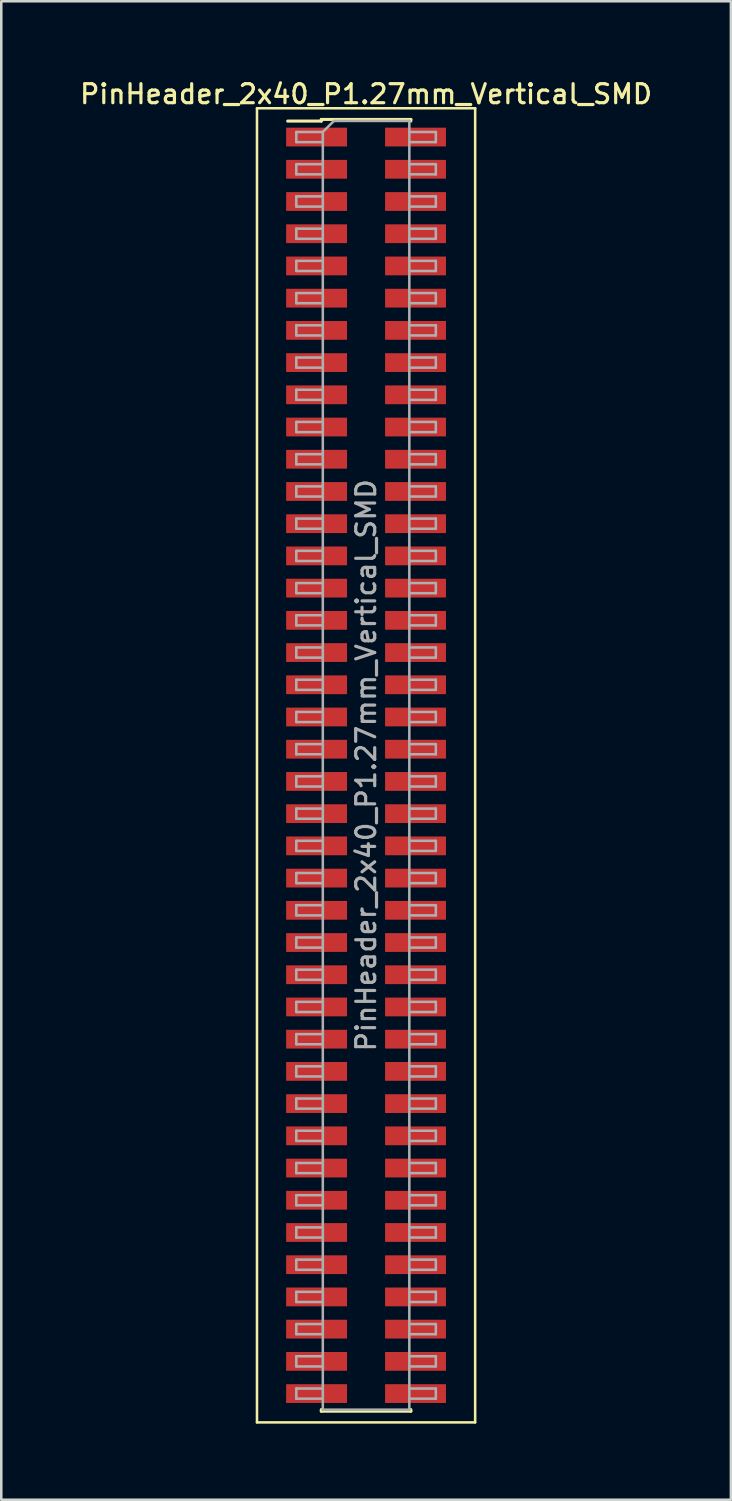
<source format=kicad_pcb>
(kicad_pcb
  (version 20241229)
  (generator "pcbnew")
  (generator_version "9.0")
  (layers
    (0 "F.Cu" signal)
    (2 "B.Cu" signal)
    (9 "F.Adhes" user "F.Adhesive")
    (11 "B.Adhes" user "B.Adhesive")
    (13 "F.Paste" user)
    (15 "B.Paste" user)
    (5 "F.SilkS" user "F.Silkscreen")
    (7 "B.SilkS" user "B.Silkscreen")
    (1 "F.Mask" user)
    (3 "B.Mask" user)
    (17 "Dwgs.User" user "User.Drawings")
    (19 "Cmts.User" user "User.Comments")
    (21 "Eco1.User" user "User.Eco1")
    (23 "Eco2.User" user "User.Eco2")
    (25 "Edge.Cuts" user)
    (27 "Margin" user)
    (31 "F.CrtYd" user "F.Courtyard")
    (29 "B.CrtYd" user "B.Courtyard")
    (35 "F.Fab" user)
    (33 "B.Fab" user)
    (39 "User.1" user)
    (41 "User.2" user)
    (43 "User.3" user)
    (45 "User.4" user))
  (footprint "PinHeader_2x40_P1.27mm_Vertical_SMD"
    (layer "F.Cu")
    (at 11.38 27.118)
    (property "Reference" "PinHeader_2x40_P1.27mm_Vertical_SMD" (at 0 -26.46 0) (layer "F.SilkS") (effects (font (size 0.75 0.75) (thickness 0.125))))
    (attr smd)
    (fp_line (start -4.3 -25.9) (end -4.3 25.9) (stroke (width 0.1) (type solid)) (layer "F.SilkS"))
    (fp_line (start -4.3 25.9) (end 4.3 25.9) (stroke (width 0.1) (type solid)) (layer "F.SilkS"))
    (fp_line (start -3.09 -25.395) (end -1.765 -25.395) (stroke (width 0.12) (type solid)) (layer "F.SilkS"))
    (fp_line (start -1.765 -25.46) (end -1.765 -25.395) (stroke (width 0.12) (type solid)) (layer "F.SilkS"))
    (fp_line (start -1.765 -25.46) (end 1.765 -25.46) (stroke (width 0.12) (type solid)) (layer "F.SilkS"))
    (fp_line (start -1.765 25.395) (end -1.765 25.46) (stroke (width 0.12) (type solid)) (layer "F.SilkS"))
    (fp_line (start -1.765 25.46) (end 1.765 25.46) (stroke (width 0.12) (type solid)) (layer "F.SilkS"))
    (fp_line (start 1.765 -25.46) (end 1.765 -25.395) (stroke (width 0.12) (type solid)) (layer "F.SilkS"))
    (fp_line (start 1.765 25.395) (end 1.765 25.46) (stroke (width 0.12) (type solid)) (layer "F.SilkS"))
    (fp_line (start 4.3 -25.9) (end -4.3 -25.9) (stroke (width 0.1) (type solid)) (layer "F.SilkS"))
    (fp_line (start 4.3 25.9) (end 4.3 -25.9) (stroke (width 0.1) (type solid)) (layer "F.SilkS"))
    (fp_line (start -2.75 -24.965) (end -2.75 -24.565) (stroke (width 0.1) (type solid)) (layer "F.Fab"))
    (fp_line (start -2.75 -24.565) (end -1.705 -24.565) (stroke (width 0.1) (type solid)) (layer "F.Fab"))
    (fp_line (start -2.75 -23.695) (end -2.75 -23.295) (stroke (width 0.1) (type solid)) (layer "F.Fab"))
    (fp_line (start -2.75 -23.295) (end -1.705 -23.295) (stroke (width 0.1) (type solid)) (layer "F.Fab"))
    (fp_line (start -2.75 -22.425) (end -2.75 -22.025) (stroke (width 0.1) (type solid)) (layer "F.Fab"))
    (fp_line (start -2.75 -22.025) (end -1.705 -22.025) (stroke (width 0.1) (type solid)) (layer "F.Fab"))
    (fp_line (start -2.75 -21.155) (end -2.75 -20.755) (stroke (width 0.1) (type solid)) (layer "F.Fab"))
    (fp_line (start -2.75 -20.755) (end -1.705 -20.755) (stroke (width 0.1) (type solid)) (layer "F.Fab"))
    (fp_line (start -2.75 -19.885) (end -2.75 -19.485) (stroke (width 0.1) (type solid)) (layer "F.Fab"))
    (fp_line (start -2.75 -19.485) (end -1.705 -19.485) (stroke (width 0.1) (type solid)) (layer "F.Fab"))
    (fp_line (start -2.75 -18.615) (end -2.75 -18.215) (stroke (width 0.1) (type solid)) (layer "F.Fab"))
    (fp_line (start -2.75 -18.215) (end -1.705 -18.215) (stroke (width 0.1) (type solid)) (layer "F.Fab"))
    (fp_line (start -2.75 -17.345) (end -2.75 -16.945) (stroke (width 0.1) (type solid)) (layer "F.Fab"))
    (fp_line (start -2.75 -16.945) (end -1.705 -16.945) (stroke (width 0.1) (type solid)) (layer "F.Fab"))
    (fp_line (start -2.75 -16.075) (end -2.75 -15.675) (stroke (width 0.1) (type solid)) (layer "F.Fab"))
    (fp_line (start -2.75 -15.675) (end -1.705 -15.675) (stroke (width 0.1) (type solid)) (layer "F.Fab"))
    (fp_line (start -2.75 -14.805) (end -2.75 -14.405) (stroke (width 0.1) (type solid)) (layer "F.Fab"))
    (fp_line (start -2.75 -14.405) (end -1.705 -14.405) (stroke (width 0.1) (type solid)) (layer "F.Fab"))
    (fp_line (start -2.75 -13.535) (end -2.75 -13.135) (stroke (width 0.1) (type solid)) (layer "F.Fab"))
    (fp_line (start -2.75 -13.135) (end -1.705 -13.135) (stroke (width 0.1) (type solid)) (layer "F.Fab"))
    (fp_line (start -2.75 -12.265) (end -2.75 -11.865) (stroke (width 0.1) (type solid)) (layer "F.Fab"))
    (fp_line (start -2.75 -11.865) (end -1.705 -11.865) (stroke (width 0.1) (type solid)) (layer "F.Fab"))
    (fp_line (start -2.75 -10.995) (end -2.75 -10.595) (stroke (width 0.1) (type solid)) (layer "F.Fab"))
    (fp_line (start -2.75 -10.595) (end -1.705 -10.595) (stroke (width 0.1) (type solid)) (layer "F.Fab"))
    (fp_line (start -2.75 -9.725) (end -2.75 -9.325) (stroke (width 0.1) (type solid)) (layer "F.Fab"))
    (fp_line (start -2.75 -9.325) (end -1.705 -9.325) (stroke (width 0.1) (type solid)) (layer "F.Fab"))
    (fp_line (start -2.75 -8.455) (end -2.75 -8.055) (stroke (width 0.1) (type solid)) (layer "F.Fab"))
    (fp_line (start -2.75 -8.055) (end -1.705 -8.055) (stroke (width 0.1) (type solid)) (layer "F.Fab"))
    (fp_line (start -2.75 -7.185) (end -2.75 -6.785) (stroke (width 0.1) (type solid)) (layer "F.Fab"))
    (fp_line (start -2.75 -6.785) (end -1.705 -6.785) (stroke (width 0.1) (type solid)) (layer "F.Fab"))
    (fp_line (start -2.75 -5.915) (end -2.75 -5.515) (stroke (width 0.1) (type solid)) (layer "F.Fab"))
    (fp_line (start -2.75 -5.515) (end -1.705 -5.515) (stroke (width 0.1) (type solid)) (layer "F.Fab"))
    (fp_line (start -2.75 -4.645) (end -2.75 -4.245) (stroke (width 0.1) (type solid)) (layer "F.Fab"))
    (fp_line (start -2.75 -4.245) (end -1.705 -4.245) (stroke (width 0.1) (type solid)) (layer "F.Fab"))
    (fp_line (start -2.75 -3.375) (end -2.75 -2.975) (stroke (width 0.1) (type solid)) (layer "F.Fab"))
    (fp_line (start -2.75 -2.975) (end -1.705 -2.975) (stroke (width 0.1) (type solid)) (layer "F.Fab"))
    (fp_line (start -2.75 -2.105) (end -2.75 -1.705) (stroke (width 0.1) (type solid)) (layer "F.Fab"))
    (fp_line (start -2.75 -1.705) (end -1.705 -1.705) (stroke (width 0.1) (type solid)) (layer "F.Fab"))
    (fp_line (start -2.75 -0.835) (end -2.75 -0.435) (stroke (width 0.1) (type solid)) (layer "F.Fab"))
    (fp_line (start -2.75 -0.435) (end -1.705 -0.435) (stroke (width 0.1) (type solid)) (layer "F.Fab"))
    (fp_line (start -2.75 0.435) (end -2.75 0.835) (stroke (width 0.1) (type solid)) (layer "F.Fab"))
    (fp_line (start -2.75 0.835) (end -1.705 0.835) (stroke (width 0.1) (type solid)) (layer "F.Fab"))
    (fp_line (start -2.75 1.705) (end -2.75 2.105) (stroke (width 0.1) (type solid)) (layer "F.Fab"))
    (fp_line (start -2.75 2.105) (end -1.705 2.105) (stroke (width 0.1) (type solid)) (layer "F.Fab"))
    (fp_line (start -2.75 2.975) (end -2.75 3.375) (stroke (width 0.1) (type solid)) (layer "F.Fab"))
    (fp_line (start -2.75 3.375) (end -1.705 3.375) (stroke (width 0.1) (type solid)) (layer "F.Fab"))
    (fp_line (start -2.75 4.245) (end -2.75 4.645) (stroke (width 0.1) (type solid)) (layer "F.Fab"))
    (fp_line (start -2.75 4.645) (end -1.705 4.645) (stroke (width 0.1) (type solid)) (layer "F.Fab"))
    (fp_line (start -2.75 5.515) (end -2.75 5.915) (stroke (width 0.1) (type solid)) (layer "F.Fab"))
    (fp_line (start -2.75 5.915) (end -1.705 5.915) (stroke (width 0.1) (type solid)) (layer "F.Fab"))
    (fp_line (start -2.75 6.785) (end -2.75 7.185) (stroke (width 0.1) (type solid)) (layer "F.Fab"))
    (fp_line (start -2.75 7.185) (end -1.705 7.185) (stroke (width 0.1) (type solid)) (layer "F.Fab"))
    (fp_line (start -2.75 8.055) (end -2.75 8.455) (stroke (width 0.1) (type solid)) (layer "F.Fab"))
    (fp_line (start -2.75 8.455) (end -1.705 8.455) (stroke (width 0.1) (type solid)) (layer "F.Fab"))
    (fp_line (start -2.75 9.325) (end -2.75 9.725) (stroke (width 0.1) (type solid)) (layer "F.Fab"))
    (fp_line (start -2.75 9.725) (end -1.705 9.725) (stroke (width 0.1) (type solid)) (layer "F.Fab"))
    (fp_line (start -2.75 10.595) (end -2.75 10.995) (stroke (width 0.1) (type solid)) (layer "F.Fab"))
    (fp_line (start -2.75 10.995) (end -1.705 10.995) (stroke (width 0.1) (type solid)) (layer "F.Fab"))
    (fp_line (start -2.75 11.865) (end -2.75 12.265) (stroke (width 0.1) (type solid)) (layer "F.Fab"))
    (fp_line (start -2.75 12.265) (end -1.705 12.265) (stroke (width 0.1) (type solid)) (layer "F.Fab"))
    (fp_line (start -2.75 13.135) (end -2.75 13.535) (stroke (width 0.1) (type solid)) (layer "F.Fab"))
    (fp_line (start -2.75 13.535) (end -1.705 13.535) (stroke (width 0.1) (type solid)) (layer "F.Fab"))
    (fp_line (start -2.75 14.405) (end -2.75 14.805) (stroke (width 0.1) (type solid)) (layer "F.Fab"))
    (fp_line (start -2.75 14.805) (end -1.705 14.805) (stroke (width 0.1) (type solid)) (layer "F.Fab"))
    (fp_line (start -2.75 15.675) (end -2.75 16.075) (stroke (width 0.1) (type solid)) (layer "F.Fab"))
    (fp_line (start -2.75 16.075) (end -1.705 16.075) (stroke (width 0.1) (type solid)) (layer "F.Fab"))
    (fp_line (start -2.75 16.945) (end -2.75 17.345) (stroke (width 0.1) (type solid)) (layer "F.Fab"))
    (fp_line (start -2.75 17.345) (end -1.705 17.345) (stroke (width 0.1) (type solid)) (layer "F.Fab"))
    (fp_line (start -2.75 18.215) (end -2.75 18.615) (stroke (width 0.1) (type solid)) (layer "F.Fab"))
    (fp_line (start -2.75 18.615) (end -1.705 18.615) (stroke (width 0.1) (type solid)) (layer "F.Fab"))
    (fp_line (start -2.75 19.485) (end -2.75 19.885) (stroke (width 0.1) (type solid)) (layer "F.Fab"))
    (fp_line (start -2.75 19.885) (end -1.705 19.885) (stroke (width 0.1) (type solid)) (layer "F.Fab"))
    (fp_line (start -2.75 20.755) (end -2.75 21.155) (stroke (width 0.1) (type solid)) (layer "F.Fab"))
    (fp_line (start -2.75 21.155) (end -1.705 21.155) (stroke (width 0.1) (type solid)) (layer "F.Fab"))
    (fp_line (start -2.75 22.025) (end -2.75 22.425) (stroke (width 0.1) (type solid)) (layer "F.Fab"))
    (fp_line (start -2.75 22.425) (end -1.705 22.425) (stroke (width 0.1) (type solid)) (layer "F.Fab"))
    (fp_line (start -2.75 23.295) (end -2.75 23.695) (stroke (width 0.1) (type solid)) (layer "F.Fab"))
    (fp_line (start -2.75 23.695) (end -1.705 23.695) (stroke (width 0.1) (type solid)) (layer "F.Fab"))
    (fp_line (start -2.75 24.565) (end -2.75 24.965) (stroke (width 0.1) (type solid)) (layer "F.Fab"))
    (fp_line (start -2.75 24.965) (end -1.705 24.965) (stroke (width 0.1) (type solid)) (layer "F.Fab"))
    (fp_line (start -1.705 -24.965) (end -2.75 -24.965) (stroke (width 0.1) (type solid)) (layer "F.Fab"))
    (fp_line (start -1.705 -24.965) (end -1.27 -25.4) (stroke (width 0.1) (type solid)) (layer "F.Fab"))
    (fp_line (start -1.705 -23.695) (end -2.75 -23.695) (stroke (width 0.1) (type solid)) (layer "F.Fab"))
    (fp_line (start -1.705 -22.425) (end -2.75 -22.425) (stroke (width 0.1) (type solid)) (layer "F.Fab"))
    (fp_line (start -1.705 -21.155) (end -2.75 -21.155) (stroke (width 0.1) (type solid)) (layer "F.Fab"))
    (fp_line (start -1.705 -19.885) (end -2.75 -19.885) (stroke (width 0.1) (type solid)) (layer "F.Fab"))
    (fp_line (start -1.705 -18.615) (end -2.75 -18.615) (stroke (width 0.1) (type solid)) (layer "F.Fab"))
    (fp_line (start -1.705 -17.345) (end -2.75 -17.345) (stroke (width 0.1) (type solid)) (layer "F.Fab"))
    (fp_line (start -1.705 -16.075) (end -2.75 -16.075) (stroke (width 0.1) (type solid)) (layer "F.Fab"))
    (fp_line (start -1.705 -14.805) (end -2.75 -14.805) (stroke (width 0.1) (type solid)) (layer "F.Fab"))
    (fp_line (start -1.705 -13.535) (end -2.75 -13.535) (stroke (width 0.1) (type solid)) (layer "F.Fab"))
    (fp_line (start -1.705 -12.265) (end -2.75 -12.265) (stroke (width 0.1) (type solid)) (layer "F.Fab"))
    (fp_line (start -1.705 -10.995) (end -2.75 -10.995) (stroke (width 0.1) (type solid)) (layer "F.Fab"))
    (fp_line (start -1.705 -9.725) (end -2.75 -9.725) (stroke (width 0.1) (type solid)) (layer "F.Fab"))
    (fp_line (start -1.705 -8.455) (end -2.75 -8.455) (stroke (width 0.1) (type solid)) (layer "F.Fab"))
    (fp_line (start -1.705 -7.185) (end -2.75 -7.185) (stroke (width 0.1) (type solid)) (layer "F.Fab"))
    (fp_line (start -1.705 -5.915) (end -2.75 -5.915) (stroke (width 0.1) (type solid)) (layer "F.Fab"))
    (fp_line (start -1.705 -4.645) (end -2.75 -4.645) (stroke (width 0.1) (type solid)) (layer "F.Fab"))
    (fp_line (start -1.705 -3.375) (end -2.75 -3.375) (stroke (width 0.1) (type solid)) (layer "F.Fab"))
    (fp_line (start -1.705 -2.105) (end -2.75 -2.105) (stroke (width 0.1) (type solid)) (layer "F.Fab"))
    (fp_line (start -1.705 -0.835) (end -2.75 -0.835) (stroke (width 0.1) (type solid)) (layer "F.Fab"))
    (fp_line (start -1.705 0.435) (end -2.75 0.435) (stroke (width 0.1) (type solid)) (layer "F.Fab"))
    (fp_line (start -1.705 1.705) (end -2.75 1.705) (stroke (width 0.1) (type solid)) (layer "F.Fab"))
    (fp_line (start -1.705 2.975) (end -2.75 2.975) (stroke (width 0.1) (type solid)) (layer "F.Fab"))
    (fp_line (start -1.705 4.245) (end -2.75 4.245) (stroke (width 0.1) (type solid)) (layer "F.Fab"))
    (fp_line (start -1.705 5.515) (end -2.75 5.515) (stroke (width 0.1) (type solid)) (layer "F.Fab"))
    (fp_line (start -1.705 6.785) (end -2.75 6.785) (stroke (width 0.1) (type solid)) (layer "F.Fab"))
    (fp_line (start -1.705 8.055) (end -2.75 8.055) (stroke (width 0.1) (type solid)) (layer "F.Fab"))
    (fp_line (start -1.705 9.325) (end -2.75 9.325) (stroke (width 0.1) (type solid)) (layer "F.Fab"))
    (fp_line (start -1.705 10.595) (end -2.75 10.595) (stroke (width 0.1) (type solid)) (layer "F.Fab"))
    (fp_line (start -1.705 11.865) (end -2.75 11.865) (stroke (width 0.1) (type solid)) (layer "F.Fab"))
    (fp_line (start -1.705 13.135) (end -2.75 13.135) (stroke (width 0.1) (type solid)) (layer "F.Fab"))
    (fp_line (start -1.705 14.405) (end -2.75 14.405) (stroke (width 0.1) (type solid)) (layer "F.Fab"))
    (fp_line (start -1.705 15.675) (end -2.75 15.675) (stroke (width 0.1) (type solid)) (layer "F.Fab"))
    (fp_line (start -1.705 16.945) (end -2.75 16.945) (stroke (width 0.1) (type solid)) (layer "F.Fab"))
    (fp_line (start -1.705 18.215) (end -2.75 18.215) (stroke (width 0.1) (type solid)) (layer "F.Fab"))
    (fp_line (start -1.705 19.485) (end -2.75 19.485) (stroke (width 0.1) (type solid)) (layer "F.Fab"))
    (fp_line (start -1.705 20.755) (end -2.75 20.755) (stroke (width 0.1) (type solid)) (layer "F.Fab"))
    (fp_line (start -1.705 22.025) (end -2.75 22.025) (stroke (width 0.1) (type solid)) (layer "F.Fab"))
    (fp_line (start -1.705 23.295) (end -2.75 23.295) (stroke (width 0.1) (type solid)) (layer "F.Fab"))
    (fp_line (start -1.705 24.565) (end -2.75 24.565) (stroke (width 0.1) (type solid)) (layer "F.Fab"))
    (fp_line (start -1.705 25.4) (end -1.705 -24.965) (stroke (width 0.1) (type solid)) (layer "F.Fab"))
    (fp_line (start -1.27 -25.4) (end 1.705 -25.4) (stroke (width 0.1) (type solid)) (layer "F.Fab"))
    (fp_line (start 1.705 -25.4) (end 1.705 25.4) (stroke (width 0.1) (type solid)) (layer "F.Fab"))
    (fp_line (start 1.705 -24.965) (end 2.75 -24.965) (stroke (width 0.1) (type solid)) (layer "F.Fab"))
    (fp_line (start 1.705 -23.695) (end 2.75 -23.695) (stroke (width 0.1) (type solid)) (layer "F.Fab"))
    (fp_line (start 1.705 -22.425) (end 2.75 -22.425) (stroke (width 0.1) (type solid)) (layer "F.Fab"))
    (fp_line (start 1.705 -21.155) (end 2.75 -21.155) (stroke (width 0.1) (type solid)) (layer "F.Fab"))
    (fp_line (start 1.705 -19.885) (end 2.75 -19.885) (stroke (width 0.1) (type solid)) (layer "F.Fab"))
    (fp_line (start 1.705 -18.615) (end 2.75 -18.615) (stroke (width 0.1) (type solid)) (layer "F.Fab"))
    (fp_line (start 1.705 -17.345) (end 2.75 -17.345) (stroke (width 0.1) (type solid)) (layer "F.Fab"))
    (fp_line (start 1.705 -16.075) (end 2.75 -16.075) (stroke (width 0.1) (type solid)) (layer "F.Fab"))
    (fp_line (start 1.705 -14.805) (end 2.75 -14.805) (stroke (width 0.1) (type solid)) (layer "F.Fab"))
    (fp_line (start 1.705 -13.535) (end 2.75 -13.535) (stroke (width 0.1) (type solid)) (layer "F.Fab"))
    (fp_line (start 1.705 -12.265) (end 2.75 -12.265) (stroke (width 0.1) (type solid)) (layer "F.Fab"))
    (fp_line (start 1.705 -10.995) (end 2.75 -10.995) (stroke (width 0.1) (type solid)) (layer "F.Fab"))
    (fp_line (start 1.705 -9.725) (end 2.75 -9.725) (stroke (width 0.1) (type solid)) (layer "F.Fab"))
    (fp_line (start 1.705 -8.455) (end 2.75 -8.455) (stroke (width 0.1) (type solid)) (layer "F.Fab"))
    (fp_line (start 1.705 -7.185) (end 2.75 -7.185) (stroke (width 0.1) (type solid)) (layer "F.Fab"))
    (fp_line (start 1.705 -5.915) (end 2.75 -5.915) (stroke (width 0.1) (type solid)) (layer "F.Fab"))
    (fp_line (start 1.705 -4.645) (end 2.75 -4.645) (stroke (width 0.1) (type solid)) (layer "F.Fab"))
    (fp_line (start 1.705 -3.375) (end 2.75 -3.375) (stroke (width 0.1) (type solid)) (layer "F.Fab"))
    (fp_line (start 1.705 -2.105) (end 2.75 -2.105) (stroke (width 0.1) (type solid)) (layer "F.Fab"))
    (fp_line (start 1.705 -0.835) (end 2.75 -0.835) (stroke (width 0.1) (type solid)) (layer "F.Fab"))
    (fp_line (start 1.705 0.435) (end 2.75 0.435) (stroke (width 0.1) (type solid)) (layer "F.Fab"))
    (fp_line (start 1.705 1.705) (end 2.75 1.705) (stroke (width 0.1) (type solid)) (layer "F.Fab"))
    (fp_line (start 1.705 2.975) (end 2.75 2.975) (stroke (width 0.1) (type solid)) (layer "F.Fab"))
    (fp_line (start 1.705 4.245) (end 2.75 4.245) (stroke (width 0.1) (type solid)) (layer "F.Fab"))
    (fp_line (start 1.705 5.515) (end 2.75 5.515) (stroke (width 0.1) (type solid)) (layer "F.Fab"))
    (fp_line (start 1.705 6.785) (end 2.75 6.785) (stroke (width 0.1) (type solid)) (layer "F.Fab"))
    (fp_line (start 1.705 8.055) (end 2.75 8.055) (stroke (width 0.1) (type solid)) (layer "F.Fab"))
    (fp_line (start 1.705 9.325) (end 2.75 9.325) (stroke (width 0.1) (type solid)) (layer "F.Fab"))
    (fp_line (start 1.705 10.595) (end 2.75 10.595) (stroke (width 0.1) (type solid)) (layer "F.Fab"))
    (fp_line (start 1.705 11.865) (end 2.75 11.865) (stroke (width 0.1) (type solid)) (layer "F.Fab"))
    (fp_line (start 1.705 13.135) (end 2.75 13.135) (stroke (width 0.1) (type solid)) (layer "F.Fab"))
    (fp_line (start 1.705 14.405) (end 2.75 14.405) (stroke (width 0.1) (type solid)) (layer "F.Fab"))
    (fp_line (start 1.705 15.675) (end 2.75 15.675) (stroke (width 0.1) (type solid)) (layer "F.Fab"))
    (fp_line (start 1.705 16.945) (end 2.75 16.945) (stroke (width 0.1) (type solid)) (layer "F.Fab"))
    (fp_line (start 1.705 18.215) (end 2.75 18.215) (stroke (width 0.1) (type solid)) (layer "F.Fab"))
    (fp_line (start 1.705 19.485) (end 2.75 19.485) (stroke (width 0.1) (type solid)) (layer "F.Fab"))
    (fp_line (start 1.705 20.755) (end 2.75 20.755) (stroke (width 0.1) (type solid)) (layer "F.Fab"))
    (fp_line (start 1.705 22.025) (end 2.75 22.025) (stroke (width 0.1) (type solid)) (layer "F.Fab"))
    (fp_line (start 1.705 23.295) (end 2.75 23.295) (stroke (width 0.1) (type solid)) (layer "F.Fab"))
    (fp_line (start 1.705 24.565) (end 2.75 24.565) (stroke (width 0.1) (type solid)) (layer "F.Fab"))
    (fp_line (start 1.705 25.4) (end -1.705 25.4) (stroke (width 0.1) (type solid)) (layer "F.Fab"))
    (fp_line (start 2.75 -24.965) (end 2.75 -24.565) (stroke (width 0.1) (type solid)) (layer "F.Fab"))
    (fp_line (start 2.75 -24.565) (end 1.705 -24.565) (stroke (width 0.1) (type solid)) (layer "F.Fab"))
    (fp_line (start 2.75 -23.695) (end 2.75 -23.295) (stroke (width 0.1) (type solid)) (layer "F.Fab"))
    (fp_line (start 2.75 -23.295) (end 1.705 -23.295) (stroke (width 0.1) (type solid)) (layer "F.Fab"))
    (fp_line (start 2.75 -22.425) (end 2.75 -22.025) (stroke (width 0.1) (type solid)) (layer "F.Fab"))
    (fp_line (start 2.75 -22.025) (end 1.705 -22.025) (stroke (width 0.1) (type solid)) (layer "F.Fab"))
    (fp_line (start 2.75 -21.155) (end 2.75 -20.755) (stroke (width 0.1) (type solid)) (layer "F.Fab"))
    (fp_line (start 2.75 -20.755) (end 1.705 -20.755) (stroke (width 0.1) (type solid)) (layer "F.Fab"))
    (fp_line (start 2.75 -19.885) (end 2.75 -19.485) (stroke (width 0.1) (type solid)) (layer "F.Fab"))
    (fp_line (start 2.75 -19.485) (end 1.705 -19.485) (stroke (width 0.1) (type solid)) (layer "F.Fab"))
    (fp_line (start 2.75 -18.615) (end 2.75 -18.215) (stroke (width 0.1) (type solid)) (layer "F.Fab"))
    (fp_line (start 2.75 -18.215) (end 1.705 -18.215) (stroke (width 0.1) (type solid)) (layer "F.Fab"))
    (fp_line (start 2.75 -17.345) (end 2.75 -16.945) (stroke (width 0.1) (type solid)) (layer "F.Fab"))
    (fp_line (start 2.75 -16.945) (end 1.705 -16.945) (stroke (width 0.1) (type solid)) (layer "F.Fab"))
    (fp_line (start 2.75 -16.075) (end 2.75 -15.675) (stroke (width 0.1) (type solid)) (layer "F.Fab"))
    (fp_line (start 2.75 -15.675) (end 1.705 -15.675) (stroke (width 0.1) (type solid)) (layer "F.Fab"))
    (fp_line (start 2.75 -14.805) (end 2.75 -14.405) (stroke (width 0.1) (type solid)) (layer "F.Fab"))
    (fp_line (start 2.75 -14.405) (end 1.705 -14.405) (stroke (width 0.1) (type solid)) (layer "F.Fab"))
    (fp_line (start 2.75 -13.535) (end 2.75 -13.135) (stroke (width 0.1) (type solid)) (layer "F.Fab"))
    (fp_line (start 2.75 -13.135) (end 1.705 -13.135) (stroke (width 0.1) (type solid)) (layer "F.Fab"))
    (fp_line (start 2.75 -12.265) (end 2.75 -11.865) (stroke (width 0.1) (type solid)) (layer "F.Fab"))
    (fp_line (start 2.75 -11.865) (end 1.705 -11.865) (stroke (width 0.1) (type solid)) (layer "F.Fab"))
    (fp_line (start 2.75 -10.995) (end 2.75 -10.595) (stroke (width 0.1) (type solid)) (layer "F.Fab"))
    (fp_line (start 2.75 -10.595) (end 1.705 -10.595) (stroke (width 0.1) (type solid)) (layer "F.Fab"))
    (fp_line (start 2.75 -9.725) (end 2.75 -9.325) (stroke (width 0.1) (type solid)) (layer "F.Fab"))
    (fp_line (start 2.75 -9.325) (end 1.705 -9.325) (stroke (width 0.1) (type solid)) (layer "F.Fab"))
    (fp_line (start 2.75 -8.455) (end 2.75 -8.055) (stroke (width 0.1) (type solid)) (layer "F.Fab"))
    (fp_line (start 2.75 -8.055) (end 1.705 -8.055) (stroke (width 0.1) (type solid)) (layer "F.Fab"))
    (fp_line (start 2.75 -7.185) (end 2.75 -6.785) (stroke (width 0.1) (type solid)) (layer "F.Fab"))
    (fp_line (start 2.75 -6.785) (end 1.705 -6.785) (stroke (width 0.1) (type solid)) (layer "F.Fab"))
    (fp_line (start 2.75 -5.915) (end 2.75 -5.515) (stroke (width 0.1) (type solid)) (layer "F.Fab"))
    (fp_line (start 2.75 -5.515) (end 1.705 -5.515) (stroke (width 0.1) (type solid)) (layer "F.Fab"))
    (fp_line (start 2.75 -4.645) (end 2.75 -4.245) (stroke (width 0.1) (type solid)) (layer "F.Fab"))
    (fp_line (start 2.75 -4.245) (end 1.705 -4.245) (stroke (width 0.1) (type solid)) (layer "F.Fab"))
    (fp_line (start 2.75 -3.375) (end 2.75 -2.975) (stroke (width 0.1) (type solid)) (layer "F.Fab"))
    (fp_line (start 2.75 -2.975) (end 1.705 -2.975) (stroke (width 0.1) (type solid)) (layer "F.Fab"))
    (fp_line (start 2.75 -2.105) (end 2.75 -1.705) (stroke (width 0.1) (type solid)) (layer "F.Fab"))
    (fp_line (start 2.75 -1.705) (end 1.705 -1.705) (stroke (width 0.1) (type solid)) (layer "F.Fab"))
    (fp_line (start 2.75 -0.835) (end 2.75 -0.435) (stroke (width 0.1) (type solid)) (layer "F.Fab"))
    (fp_line (start 2.75 -0.435) (end 1.705 -0.435) (stroke (width 0.1) (type solid)) (layer "F.Fab"))
    (fp_line (start 2.75 0.435) (end 2.75 0.835) (stroke (width 0.1) (type solid)) (layer "F.Fab"))
    (fp_line (start 2.75 0.835) (end 1.705 0.835) (stroke (width 0.1) (type solid)) (layer "F.Fab"))
    (fp_line (start 2.75 1.705) (end 2.75 2.105) (stroke (width 0.1) (type solid)) (layer "F.Fab"))
    (fp_line (start 2.75 2.105) (end 1.705 2.105) (stroke (width 0.1) (type solid)) (layer "F.Fab"))
    (fp_line (start 2.75 2.975) (end 2.75 3.375) (stroke (width 0.1) (type solid)) (layer "F.Fab"))
    (fp_line (start 2.75 3.375) (end 1.705 3.375) (stroke (width 0.1) (type solid)) (layer "F.Fab"))
    (fp_line (start 2.75 4.245) (end 2.75 4.645) (stroke (width 0.1) (type solid)) (layer "F.Fab"))
    (fp_line (start 2.75 4.645) (end 1.705 4.645) (stroke (width 0.1) (type solid)) (layer "F.Fab"))
    (fp_line (start 2.75 5.515) (end 2.75 5.915) (stroke (width 0.1) (type solid)) (layer "F.Fab"))
    (fp_line (start 2.75 5.915) (end 1.705 5.915) (stroke (width 0.1) (type solid)) (layer "F.Fab"))
    (fp_line (start 2.75 6.785) (end 2.75 7.185) (stroke (width 0.1) (type solid)) (layer "F.Fab"))
    (fp_line (start 2.75 7.185) (end 1.705 7.185) (stroke (width 0.1) (type solid)) (layer "F.Fab"))
    (fp_line (start 2.75 8.055) (end 2.75 8.455) (stroke (width 0.1) (type solid)) (layer "F.Fab"))
    (fp_line (start 2.75 8.455) (end 1.705 8.455) (stroke (width 0.1) (type solid)) (layer "F.Fab"))
    (fp_line (start 2.75 9.325) (end 2.75 9.725) (stroke (width 0.1) (type solid)) (layer "F.Fab"))
    (fp_line (start 2.75 9.725) (end 1.705 9.725) (stroke (width 0.1) (type solid)) (layer "F.Fab"))
    (fp_line (start 2.75 10.595) (end 2.75 10.995) (stroke (width 0.1) (type solid)) (layer "F.Fab"))
    (fp_line (start 2.75 10.995) (end 1.705 10.995) (stroke (width 0.1) (type solid)) (layer "F.Fab"))
    (fp_line (start 2.75 11.865) (end 2.75 12.265) (stroke (width 0.1) (type solid)) (layer "F.Fab"))
    (fp_line (start 2.75 12.265) (end 1.705 12.265) (stroke (width 0.1) (type solid)) (layer "F.Fab"))
    (fp_line (start 2.75 13.135) (end 2.75 13.535) (stroke (width 0.1) (type solid)) (layer "F.Fab"))
    (fp_line (start 2.75 13.535) (end 1.705 13.535) (stroke (width 0.1) (type solid)) (layer "F.Fab"))
    (fp_line (start 2.75 14.405) (end 2.75 14.805) (stroke (width 0.1) (type solid)) (layer "F.Fab"))
    (fp_line (start 2.75 14.805) (end 1.705 14.805) (stroke (width 0.1) (type solid)) (layer "F.Fab"))
    (fp_line (start 2.75 15.675) (end 2.75 16.075) (stroke (width 0.1) (type solid)) (layer "F.Fab"))
    (fp_line (start 2.75 16.075) (end 1.705 16.075) (stroke (width 0.1) (type solid)) (layer "F.Fab"))
    (fp_line (start 2.75 16.945) (end 2.75 17.345) (stroke (width 0.1) (type solid)) (layer "F.Fab"))
    (fp_line (start 2.75 17.345) (end 1.705 17.345) (stroke (width 0.1) (type solid)) (layer "F.Fab"))
    (fp_line (start 2.75 18.215) (end 2.75 18.615) (stroke (width 0.1) (type solid)) (layer "F.Fab"))
    (fp_line (start 2.75 18.615) (end 1.705 18.615) (stroke (width 0.1) (type solid)) (layer "F.Fab"))
    (fp_line (start 2.75 19.485) (end 2.75 19.885) (stroke (width 0.1) (type solid)) (layer "F.Fab"))
    (fp_line (start 2.75 19.885) (end 1.705 19.885) (stroke (width 0.1) (type solid)) (layer "F.Fab"))
    (fp_line (start 2.75 20.755) (end 2.75 21.155) (stroke (width 0.1) (type solid)) (layer "F.Fab"))
    (fp_line (start 2.75 21.155) (end 1.705 21.155) (stroke (width 0.1) (type solid)) (layer "F.Fab"))
    (fp_line (start 2.75 22.025) (end 2.75 22.425) (stroke (width 0.1) (type solid)) (layer "F.Fab"))
    (fp_line (start 2.75 22.425) (end 1.705 22.425) (stroke (width 0.1) (type solid)) (layer "F.Fab"))
    (fp_line (start 2.75 23.295) (end 2.75 23.695) (stroke (width 0.1) (type solid)) (layer "F.Fab"))
    (fp_line (start 2.75 23.695) (end 1.705 23.695) (stroke (width 0.1) (type solid)) (layer "F.Fab"))
    (fp_line (start 2.75 24.565) (end 2.75 24.965) (stroke (width 0.1) (type solid)) (layer "F.Fab"))
    (fp_line (start 2.75 24.965) (end 1.705 24.965) (stroke (width 0.1) (type solid)) (layer "F.Fab"))
    (fp_text user "${REFERENCE}" (at 0 0 90) (layer "F.Fab") (effects (font (size 0.75 0.75) (thickness 0.125))))
    (pad "1" smd rect (at -1.95 -24.765) (size 2.4 0.74) (layers "F.Cu" "F.Mask" "F.Paste"))
    (pad "2" smd rect (at 1.95 -24.765) (size 2.4 0.74) (layers "F.Cu" "F.Mask" "F.Paste"))
    (pad "3" smd rect (at -1.95 -23.495) (size 2.4 0.74) (layers "F.Cu" "F.Mask" "F.Paste"))
    (pad "4" smd rect (at 1.95 -23.495) (size 2.4 0.74) (layers "F.Cu" "F.Mask" "F.Paste"))
    (pad "5" smd rect (at -1.95 -22.225) (size 2.4 0.74) (layers "F.Cu" "F.Mask" "F.Paste"))
    (pad "6" smd rect (at 1.95 -22.225) (size 2.4 0.74) (layers "F.Cu" "F.Mask" "F.Paste"))
    (pad "7" smd rect (at -1.95 -20.955) (size 2.4 0.74) (layers "F.Cu" "F.Mask" "F.Paste"))
    (pad "8" smd rect (at 1.95 -20.955) (size 2.4 0.74) (layers "F.Cu" "F.Mask" "F.Paste"))
    (pad "9" smd rect (at -1.95 -19.685) (size 2.4 0.74) (layers "F.Cu" "F.Mask" "F.Paste"))
    (pad "10" smd rect (at 1.95 -19.685) (size 2.4 0.74) (layers "F.Cu" "F.Mask" "F.Paste"))
    (pad "11" smd rect (at -1.95 -18.415) (size 2.4 0.74) (layers "F.Cu" "F.Mask" "F.Paste"))
    (pad "12" smd rect (at 1.95 -18.415) (size 2.4 0.74) (layers "F.Cu" "F.Mask" "F.Paste"))
    (pad "13" smd rect (at -1.95 -17.145) (size 2.4 0.74) (layers "F.Cu" "F.Mask" "F.Paste"))
    (pad "14" smd rect (at 1.95 -17.145) (size 2.4 0.74) (layers "F.Cu" "F.Mask" "F.Paste"))
    (pad "15" smd rect (at -1.95 -15.875) (size 2.4 0.74) (layers "F.Cu" "F.Mask" "F.Paste"))
    (pad "16" smd rect (at 1.95 -15.875) (size 2.4 0.74) (layers "F.Cu" "F.Mask" "F.Paste"))
    (pad "17" smd rect (at -1.95 -14.605) (size 2.4 0.74) (layers "F.Cu" "F.Mask" "F.Paste"))
    (pad "18" smd rect (at 1.95 -14.605) (size 2.4 0.74) (layers "F.Cu" "F.Mask" "F.Paste"))
    (pad "19" smd rect (at -1.95 -13.335) (size 2.4 0.74) (layers "F.Cu" "F.Mask" "F.Paste"))
    (pad "20" smd rect (at 1.95 -13.335) (size 2.4 0.74) (layers "F.Cu" "F.Mask" "F.Paste"))
    (pad "21" smd rect (at -1.95 -12.065) (size 2.4 0.74) (layers "F.Cu" "F.Mask" "F.Paste"))
    (pad "22" smd rect (at 1.95 -12.065) (size 2.4 0.74) (layers "F.Cu" "F.Mask" "F.Paste"))
    (pad "23" smd rect (at -1.95 -10.795) (size 2.4 0.74) (layers "F.Cu" "F.Mask" "F.Paste"))
    (pad "24" smd rect (at 1.95 -10.795) (size 2.4 0.74) (layers "F.Cu" "F.Mask" "F.Paste"))
    (pad "25" smd rect (at -1.95 -9.525) (size 2.4 0.74) (layers "F.Cu" "F.Mask" "F.Paste"))
    (pad "26" smd rect (at 1.95 -9.525) (size 2.4 0.74) (layers "F.Cu" "F.Mask" "F.Paste"))
    (pad "27" smd rect (at -1.95 -8.255) (size 2.4 0.74) (layers "F.Cu" "F.Mask" "F.Paste"))
    (pad "28" smd rect (at 1.95 -8.255) (size 2.4 0.74) (layers "F.Cu" "F.Mask" "F.Paste"))
    (pad "29" smd rect (at -1.95 -6.985) (size 2.4 0.74) (layers "F.Cu" "F.Mask" "F.Paste"))
    (pad "30" smd rect (at 1.95 -6.985) (size 2.4 0.74) (layers "F.Cu" "F.Mask" "F.Paste"))
    (pad "31" smd rect (at -1.95 -5.715) (size 2.4 0.74) (layers "F.Cu" "F.Mask" "F.Paste"))
    (pad "32" smd rect (at 1.95 -5.715) (size 2.4 0.74) (layers "F.Cu" "F.Mask" "F.Paste"))
    (pad "33" smd rect (at -1.95 -4.445) (size 2.4 0.74) (layers "F.Cu" "F.Mask" "F.Paste"))
    (pad "34" smd rect (at 1.95 -4.445) (size 2.4 0.74) (layers "F.Cu" "F.Mask" "F.Paste"))
    (pad "35" smd rect (at -1.95 -3.175) (size 2.4 0.74) (layers "F.Cu" "F.Mask" "F.Paste"))
    (pad "36" smd rect (at 1.95 -3.175) (size 2.4 0.74) (layers "F.Cu" "F.Mask" "F.Paste"))
    (pad "37" smd rect (at -1.95 -1.905) (size 2.4 0.74) (layers "F.Cu" "F.Mask" "F.Paste"))
    (pad "38" smd rect (at 1.95 -1.905) (size 2.4 0.74) (layers "F.Cu" "F.Mask" "F.Paste"))
    (pad "39" smd rect (at -1.95 -0.635) (size 2.4 0.74) (layers "F.Cu" "F.Mask" "F.Paste"))
    (pad "40" smd rect (at 1.95 -0.635) (size 2.4 0.74) (layers "F.Cu" "F.Mask" "F.Paste"))
    (pad "41" smd rect (at -1.95 0.635) (size 2.4 0.74) (layers "F.Cu" "F.Mask" "F.Paste"))
    (pad "42" smd rect (at 1.95 0.635) (size 2.4 0.74) (layers "F.Cu" "F.Mask" "F.Paste"))
    (pad "43" smd rect (at -1.95 1.905) (size 2.4 0.74) (layers "F.Cu" "F.Mask" "F.Paste"))
    (pad "44" smd rect (at 1.95 1.905) (size 2.4 0.74) (layers "F.Cu" "F.Mask" "F.Paste"))
    (pad "45" smd rect (at -1.95 3.175) (size 2.4 0.74) (layers "F.Cu" "F.Mask" "F.Paste"))
    (pad "46" smd rect (at 1.95 3.175) (size 2.4 0.74) (layers "F.Cu" "F.Mask" "F.Paste"))
    (pad "47" smd rect (at -1.95 4.445) (size 2.4 0.74) (layers "F.Cu" "F.Mask" "F.Paste"))
    (pad "48" smd rect (at 1.95 4.445) (size 2.4 0.74) (layers "F.Cu" "F.Mask" "F.Paste"))
    (pad "49" smd rect (at -1.95 5.715) (size 2.4 0.74) (layers "F.Cu" "F.Mask" "F.Paste"))
    (pad "50" smd rect (at 1.95 5.715) (size 2.4 0.74) (layers "F.Cu" "F.Mask" "F.Paste"))
    (pad "51" smd rect (at -1.95 6.985) (size 2.4 0.74) (layers "F.Cu" "F.Mask" "F.Paste"))
    (pad "52" smd rect (at 1.95 6.985) (size 2.4 0.74) (layers "F.Cu" "F.Mask" "F.Paste"))
    (pad "53" smd rect (at -1.95 8.255) (size 2.4 0.74) (layers "F.Cu" "F.Mask" "F.Paste"))
    (pad "54" smd rect (at 1.95 8.255) (size 2.4 0.74) (layers "F.Cu" "F.Mask" "F.Paste"))
    (pad "55" smd rect (at -1.95 9.525) (size 2.4 0.74) (layers "F.Cu" "F.Mask" "F.Paste"))
    (pad "56" smd rect (at 1.95 9.525) (size 2.4 0.74) (layers "F.Cu" "F.Mask" "F.Paste"))
    (pad "57" smd rect (at -1.95 10.795) (size 2.4 0.74) (layers "F.Cu" "F.Mask" "F.Paste"))
    (pad "58" smd rect (at 1.95 10.795) (size 2.4 0.74) (layers "F.Cu" "F.Mask" "F.Paste"))
    (pad "59" smd rect (at -1.95 12.065) (size 2.4 0.74) (layers "F.Cu" "F.Mask" "F.Paste"))
    (pad "60" smd rect (at 1.95 12.065) (size 2.4 0.74) (layers "F.Cu" "F.Mask" "F.Paste"))
    (pad "61" smd rect (at -1.95 13.335) (size 2.4 0.74) (layers "F.Cu" "F.Mask" "F.Paste"))
    (pad "62" smd rect (at 1.95 13.335) (size 2.4 0.74) (layers "F.Cu" "F.Mask" "F.Paste"))
    (pad "63" smd rect (at -1.95 14.605) (size 2.4 0.74) (layers "F.Cu" "F.Mask" "F.Paste"))
    (pad "64" smd rect (at 1.95 14.605) (size 2.4 0.74) (layers "F.Cu" "F.Mask" "F.Paste"))
    (pad "65" smd rect (at -1.95 15.875) (size 2.4 0.74) (layers "F.Cu" "F.Mask" "F.Paste"))
    (pad "66" smd rect (at 1.95 15.875) (size 2.4 0.74) (layers "F.Cu" "F.Mask" "F.Paste"))
    (pad "67" smd rect (at -1.95 17.145) (size 2.4 0.74) (layers "F.Cu" "F.Mask" "F.Paste"))
    (pad "68" smd rect (at 1.95 17.145) (size 2.4 0.74) (layers "F.Cu" "F.Mask" "F.Paste"))
    (pad "69" smd rect (at -1.95 18.415) (size 2.4 0.74) (layers "F.Cu" "F.Mask" "F.Paste"))
    (pad "70" smd rect (at 1.95 18.415) (size 2.4 0.74) (layers "F.Cu" "F.Mask" "F.Paste"))
    (pad "71" smd rect (at -1.95 19.685) (size 2.4 0.74) (layers "F.Cu" "F.Mask" "F.Paste"))
    (pad "72" smd rect (at 1.95 19.685) (size 2.4 0.74) (layers "F.Cu" "F.Mask" "F.Paste"))
    (pad "73" smd rect (at -1.95 20.955) (size 2.4 0.74) (layers "F.Cu" "F.Mask" "F.Paste"))
    (pad "74" smd rect (at 1.95 20.955) (size 2.4 0.74) (layers "F.Cu" "F.Mask" "F.Paste"))
    (pad "75" smd rect (at -1.95 22.225) (size 2.4 0.74) (layers "F.Cu" "F.Mask" "F.Paste"))
    (pad "76" smd rect (at 1.95 22.225) (size 2.4 0.74) (layers "F.Cu" "F.Mask" "F.Paste"))
    (pad "77" smd rect (at -1.95 23.495) (size 2.4 0.74) (layers "F.Cu" "F.Mask" "F.Paste"))
    (pad "78" smd rect (at 1.95 23.495) (size 2.4 0.74) (layers "F.Cu" "F.Mask" "F.Paste"))
    (pad "79" smd rect (at -1.95 24.765) (size 2.4 0.74) (layers "F.Cu" "F.Mask" "F.Paste"))
    (pad "80" smd rect (at 1.95 24.765) (size 2.4 0.74) (layers "F.Cu" "F.Mask" "F.Paste")))
  (gr_rect
    (start -3 -3)
    (end 25.761 56.068)
    (stroke (width 0.1) (type default))
    (fill no)
    (layer "Edge.Cuts")))
</source>
